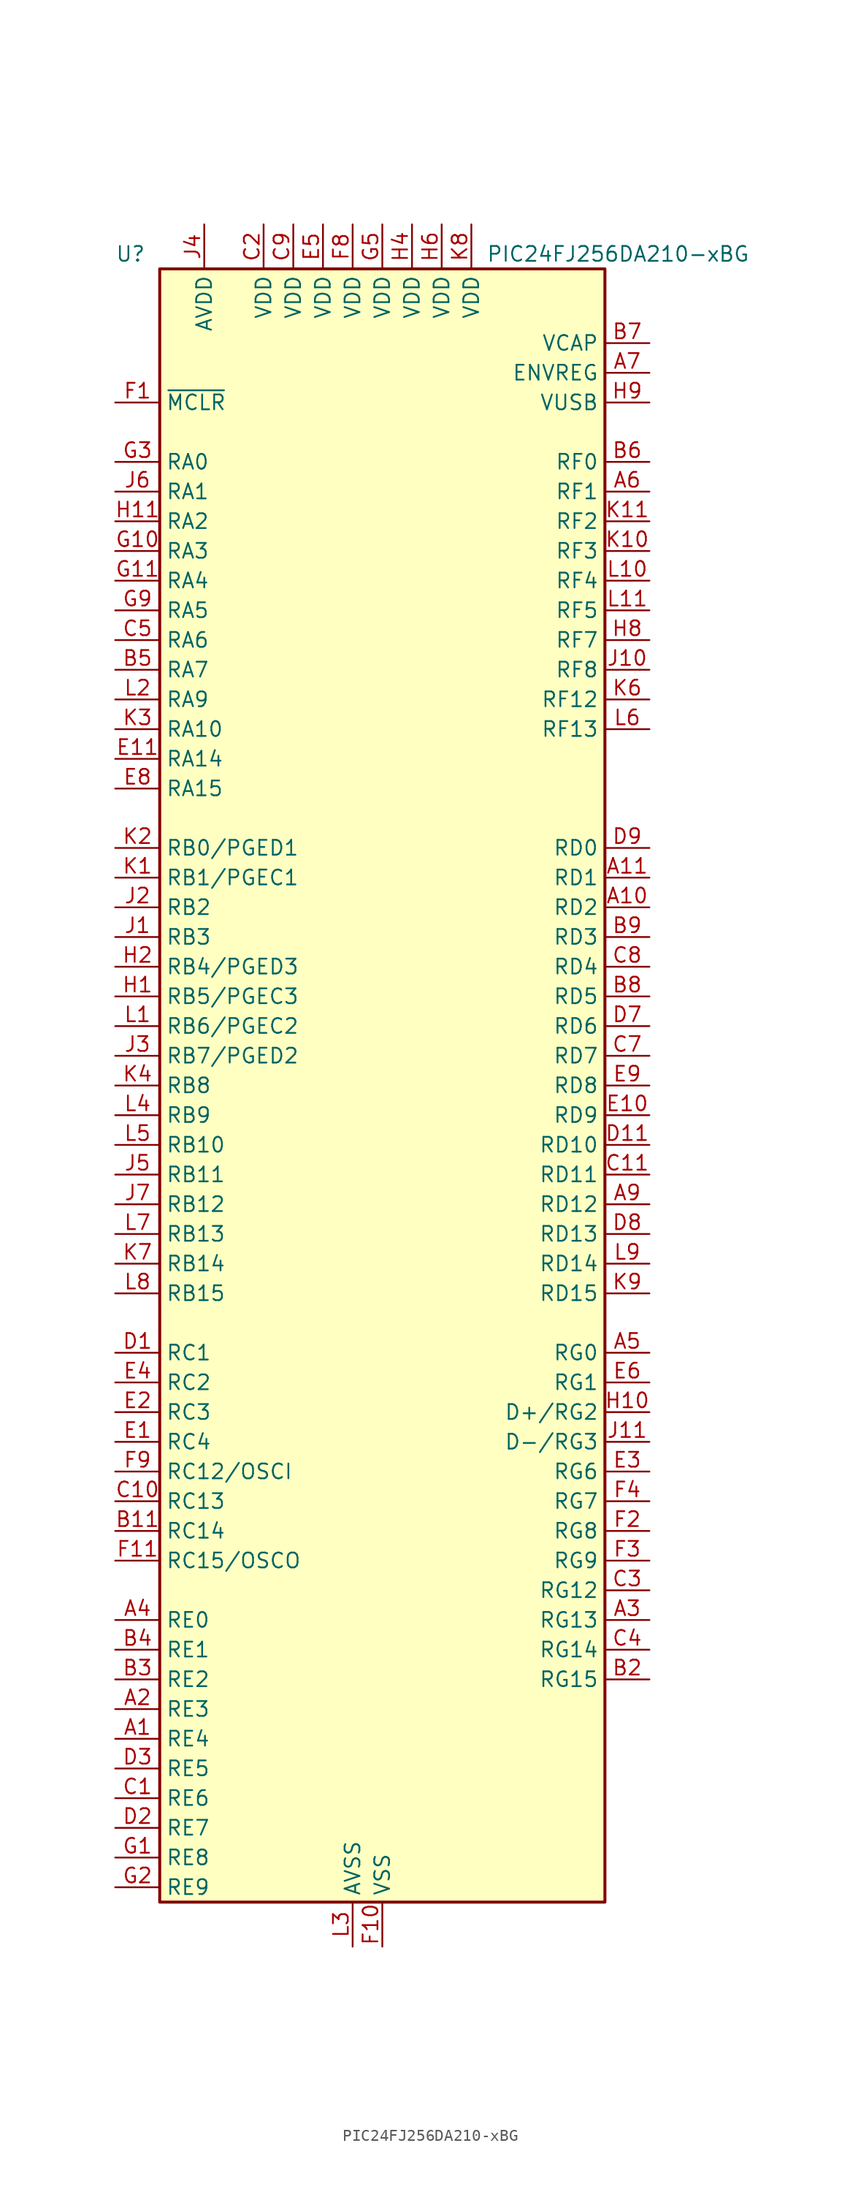
<source format=kicad_sym>
(kicad_symbol_lib
  (version 20211014)
  (generator kicad_symbol_editor)
  (symbol "PIC24FJ256DA210-xBG"
    (property "Reference" "U"
      (at -22.86 71.12 0)
      (effects (font (size 1.27 1.27)) (justify left)))
    (property "Value" "PIC24FJ256DA210-xBG"
      (at 8.89 71.12 0)
      (effects (font (size 1.27 1.27)) (justify left)))
    (symbol "PIC24FJ256DA210-xBG_1_1"
      (rectangle (start -19.05 69.85) (end 19.05 -69.85) (stroke (width 0.254) (type default) (color 0 0 0 0)) (fill (type background)))
      (pin bidirectional line (at -22.86 -55.88 0) (length 3.81) (name "RE4" (effects (font (size 1.27 1.27)))) (number "A1" (effects (font (size 1.27 1.27)))))
      (pin bidirectional line (at 22.86 15.24 180) (length 3.81) (name "RD2" (effects (font (size 1.27 1.27)))) (number "A10" (effects (font (size 1.27 1.27)))))
      (pin bidirectional line (at 22.86 17.78 180) (length 3.81) (name "RD1" (effects (font (size 1.27 1.27)))) (number "A11" (effects (font (size 1.27 1.27)))))
      (pin bidirectional line (at -22.86 -53.34 0) (length 3.81) (name "RE3" (effects (font (size 1.27 1.27)))) (number "A2" (effects (font (size 1.27 1.27)))))
      (pin bidirectional line (at 22.86 -45.72 180) (length 3.81) (name "RG13" (effects (font (size 1.27 1.27)))) (number "A3" (effects (font (size 1.27 1.27)))))
      (pin bidirectional line (at -22.86 -45.72 0) (length 3.81) (name "RE0" (effects (font (size 1.27 1.27)))) (number "A4" (effects (font (size 1.27 1.27)))))
      (pin bidirectional line (at 22.86 -22.86 180) (length 3.81) (name "RG0" (effects (font (size 1.27 1.27)))) (number "A5" (effects (font (size 1.27 1.27)))))
      (pin bidirectional line (at 22.86 50.8 180) (length 3.81) (name "RF1" (effects (font (size 1.27 1.27)))) (number "A6" (effects (font (size 1.27 1.27)))))
      (pin input line (at 22.86 60.96 180) (length 3.81) (name "ENVREG" (effects (font (size 1.27 1.27)))) (number "A7" (effects (font (size 1.27 1.27)))))
      (pin no_connect line (at 2.54 -25.4 180) (length 3.81) hide (name "N/C" (effects (font (size 1.27 1.27)))) (number "A8" (effects (font (size 1.27 1.27)))))
      (pin bidirectional line (at 22.86 -10.16 180) (length 3.81) (name "RD12" (effects (font (size 1.27 1.27)))) (number "A9" (effects (font (size 1.27 1.27)))))
      (pin no_connect line (at 2.54 -27.94 180) (length 3.81) hide (name "N/C" (effects (font (size 1.27 1.27)))) (number "B1" (effects (font (size 1.27 1.27)))))
      (pin passive line (at 0 -73.66 90) (length 3.81) hide (name "VSS" (effects (font (size 1.27 1.27)))) (number "B10" (effects (font (size 1.27 1.27)))))
      (pin bidirectional line (at -22.86 -38.1 0) (length 3.81) (name "RC14" (effects (font (size 1.27 1.27)))) (number "B11" (effects (font (size 1.27 1.27)))))
      (pin bidirectional line (at 22.86 -50.8 180) (length 3.81) (name "RG15" (effects (font (size 1.27 1.27)))) (number "B2" (effects (font (size 1.27 1.27)))))
      (pin bidirectional line (at -22.86 -50.8 0) (length 3.81) (name "RE2" (effects (font (size 1.27 1.27)))) (number "B3" (effects (font (size 1.27 1.27)))))
      (pin bidirectional line (at -22.86 -48.26 0) (length 3.81) (name "RE1" (effects (font (size 1.27 1.27)))) (number "B4" (effects (font (size 1.27 1.27)))))
      (pin bidirectional line (at -22.86 35.56 0) (length 3.81) (name "RA7" (effects (font (size 1.27 1.27)))) (number "B5" (effects (font (size 1.27 1.27)))))
      (pin bidirectional line (at 22.86 53.34 180) (length 3.81) (name "RF0" (effects (font (size 1.27 1.27)))) (number "B6" (effects (font (size 1.27 1.27)))))
      (pin passive line (at 22.86 63.5 180) (length 3.81) (name "VCAP" (effects (font (size 1.27 1.27)))) (number "B7" (effects (font (size 1.27 1.27)))))
      (pin bidirectional line (at 22.86 7.62 180) (length 3.81) (name "RD5" (effects (font (size 1.27 1.27)))) (number "B8" (effects (font (size 1.27 1.27)))))
      (pin bidirectional line (at 22.86 12.7 180) (length 3.81) (name "RD3" (effects (font (size 1.27 1.27)))) (number "B9" (effects (font (size 1.27 1.27)))))
      (pin bidirectional line (at -22.86 -60.96 0) (length 3.81) (name "RE6" (effects (font (size 1.27 1.27)))) (number "C1" (effects (font (size 1.27 1.27)))))
      (pin bidirectional line (at -22.86 -35.56 0) (length 3.81) (name "RC13" (effects (font (size 1.27 1.27)))) (number "C10" (effects (font (size 1.27 1.27)))))
      (pin bidirectional line (at 22.86 -7.62 180) (length 3.81) (name "RD11" (effects (font (size 1.27 1.27)))) (number "C11" (effects (font (size 1.27 1.27)))))
      (pin power_in line (at -10.16 73.66 270) (length 3.81) (name "VDD" (effects (font (size 1.27 1.27)))) (number "C2" (effects (font (size 1.27 1.27)))))
      (pin bidirectional line (at 22.86 -43.18 180) (length 3.81) (name "RG12" (effects (font (size 1.27 1.27)))) (number "C3" (effects (font (size 1.27 1.27)))))
      (pin bidirectional line (at 22.86 -48.26 180) (length 3.81) (name "RG14" (effects (font (size 1.27 1.27)))) (number "C4" (effects (font (size 1.27 1.27)))))
      (pin bidirectional line (at -22.86 38.1 0) (length 3.81) (name "RA6" (effects (font (size 1.27 1.27)))) (number "C5" (effects (font (size 1.27 1.27)))))
      (pin no_connect line (at 2.54 -30.48 180) (length 3.81) hide (name "N/C" (effects (font (size 1.27 1.27)))) (number "C6" (effects (font (size 1.27 1.27)))))
      (pin bidirectional line (at 22.86 2.54 180) (length 3.81) (name "RD7" (effects (font (size 1.27 1.27)))) (number "C7" (effects (font (size 1.27 1.27)))))
      (pin bidirectional line (at 22.86 10.16 180) (length 3.81) (name "RD4" (effects (font (size 1.27 1.27)))) (number "C8" (effects (font (size 1.27 1.27)))))
      (pin power_in line (at -7.62 73.66 270) (length 3.81) (name "VDD" (effects (font (size 1.27 1.27)))) (number "C9" (effects (font (size 1.27 1.27)))))
      (pin bidirectional line (at -22.86 -22.86 0) (length 3.81) (name "RC1" (effects (font (size 1.27 1.27)))) (number "D1" (effects (font (size 1.27 1.27)))))
      (pin no_connect line (at 2.54 -35.56 180) (length 3.81) hide (name "N/C" (effects (font (size 1.27 1.27)))) (number "D10" (effects (font (size 1.27 1.27)))))
      (pin bidirectional line (at 22.86 -5.08 180) (length 3.81) (name "RD10" (effects (font (size 1.27 1.27)))) (number "D11" (effects (font (size 1.27 1.27)))))
      (pin bidirectional line (at -22.86 -63.5 0) (length 3.81) (name "RE7" (effects (font (size 1.27 1.27)))) (number "D2" (effects (font (size 1.27 1.27)))))
      (pin bidirectional line (at -22.86 -58.42 0) (length 3.81) (name "RE5" (effects (font (size 1.27 1.27)))) (number "D3" (effects (font (size 1.27 1.27)))))
      (pin passive line (at 0 -73.66 90) (length 3.81) hide (name "VSS" (effects (font (size 1.27 1.27)))) (number "D4" (effects (font (size 1.27 1.27)))))
      (pin passive line (at 0 -73.66 90) (length 3.81) hide (name "VSS" (effects (font (size 1.27 1.27)))) (number "D5" (effects (font (size 1.27 1.27)))))
      (pin no_connect line (at 2.54 -33.02 180) (length 3.81) hide (name "N/C" (effects (font (size 1.27 1.27)))) (number "D6" (effects (font (size 1.27 1.27)))))
      (pin bidirectional line (at 22.86 5.08 180) (length 3.81) (name "RD6" (effects (font (size 1.27 1.27)))) (number "D7" (effects (font (size 1.27 1.27)))))
      (pin bidirectional line (at 22.86 -12.7 180) (length 3.81) (name "RD13" (effects (font (size 1.27 1.27)))) (number "D8" (effects (font (size 1.27 1.27)))))
      (pin bidirectional line (at 22.86 20.32 180) (length 3.81) (name "RD0" (effects (font (size 1.27 1.27)))) (number "D9" (effects (font (size 1.27 1.27)))))
      (pin bidirectional line (at -22.86 -30.48 0) (length 3.81) (name "RC4" (effects (font (size 1.27 1.27)))) (number "E1" (effects (font (size 1.27 1.27)))))
      (pin bidirectional line (at 22.86 -2.54 180) (length 3.81) (name "RD9" (effects (font (size 1.27 1.27)))) (number "E10" (effects (font (size 1.27 1.27)))))
      (pin bidirectional line (at -22.86 27.94 0) (length 3.81) (name "RA14" (effects (font (size 1.27 1.27)))) (number "E11" (effects (font (size 1.27 1.27)))))
      (pin bidirectional line (at -22.86 -27.94 0) (length 3.81) (name "RC3" (effects (font (size 1.27 1.27)))) (number "E2" (effects (font (size 1.27 1.27)))))
      (pin bidirectional line (at 22.86 -33.02 180) (length 3.81) (name "RG6" (effects (font (size 1.27 1.27)))) (number "E3" (effects (font (size 1.27 1.27)))))
      (pin bidirectional line (at -22.86 -25.4 0) (length 3.81) (name "RC2" (effects (font (size 1.27 1.27)))) (number "E4" (effects (font (size 1.27 1.27)))))
      (pin power_in line (at -5.08 73.66 270) (length 3.81) (name "VDD" (effects (font (size 1.27 1.27)))) (number "E5" (effects (font (size 1.27 1.27)))))
      (pin bidirectional line (at 22.86 -25.4 180) (length 3.81) (name "RG1" (effects (font (size 1.27 1.27)))) (number "E6" (effects (font (size 1.27 1.27)))))
      (pin no_connect line (at 2.54 -38.1 180) (length 3.81) hide (name "N/C" (effects (font (size 1.27 1.27)))) (number "E7" (effects (font (size 1.27 1.27)))))
      (pin bidirectional line (at -22.86 25.4 0) (length 3.81) (name "RA15" (effects (font (size 1.27 1.27)))) (number "E8" (effects (font (size 1.27 1.27)))))
      (pin bidirectional line (at 22.86 0 180) (length 3.81) (name "RD8" (effects (font (size 1.27 1.27)))) (number "E9" (effects (font (size 1.27 1.27)))))
      (pin input line (at -22.86 58.42 0) (length 3.81) (name "~{MCLR}" (effects (font (size 1.27 1.27)))) (number "F1" (effects (font (size 1.27 1.27)))))
      (pin power_in line (at 0 -73.66 90) (length 3.81) (name "VSS" (effects (font (size 1.27 1.27)))) (number "F10" (effects (font (size 1.27 1.27)))))
      (pin bidirectional line (at -22.86 -40.64 0) (length 3.81) (name "RC15/OSCO" (effects (font (size 1.27 1.27)))) (number "F11" (effects (font (size 1.27 1.27)))))
      (pin bidirectional line (at 22.86 -38.1 180) (length 3.81) (name "RG8" (effects (font (size 1.27 1.27)))) (number "F2" (effects (font (size 1.27 1.27)))))
      (pin bidirectional line (at 22.86 -40.64 180) (length 3.81) (name "RG9" (effects (font (size 1.27 1.27)))) (number "F3" (effects (font (size 1.27 1.27)))))
      (pin bidirectional line (at 22.86 -35.56 180) (length 3.81) (name "RG7" (effects (font (size 1.27 1.27)))) (number "F4" (effects (font (size 1.27 1.27)))))
      (pin passive line (at 0 -73.66 90) (length 3.81) hide (name "VSS" (effects (font (size 1.27 1.27)))) (number "F5" (effects (font (size 1.27 1.27)))))
      (pin no_connect line (at 2.54 -40.64 180) (length 3.81) hide (name "N/C" (effects (font (size 1.27 1.27)))) (number "F6" (effects (font (size 1.27 1.27)))))
      (pin no_connect line (at 2.54 -43.18 180) (length 3.81) hide (name "N/C" (effects (font (size 1.27 1.27)))) (number "F7" (effects (font (size 1.27 1.27)))))
      (pin power_in line (at -2.54 73.66 270) (length 3.81) (name "VDD" (effects (font (size 1.27 1.27)))) (number "F8" (effects (font (size 1.27 1.27)))))
      (pin bidirectional line (at -22.86 -33.02 0) (length 3.81) (name "RC12/OSCI" (effects (font (size 1.27 1.27)))) (number "F9" (effects (font (size 1.27 1.27)))))
      (pin bidirectional line (at -22.86 -66.04 0) (length 3.81) (name "RE8" (effects (font (size 1.27 1.27)))) (number "G1" (effects (font (size 1.27 1.27)))))
      (pin bidirectional line (at -22.86 45.72 0) (length 3.81) (name "RA3" (effects (font (size 1.27 1.27)))) (number "G10" (effects (font (size 1.27 1.27)))))
      (pin bidirectional line (at -22.86 43.18 0) (length 3.81) (name "RA4" (effects (font (size 1.27 1.27)))) (number "G11" (effects (font (size 1.27 1.27)))))
      (pin bidirectional line (at -22.86 -68.58 0) (length 3.81) (name "RE9" (effects (font (size 1.27 1.27)))) (number "G2" (effects (font (size 1.27 1.27)))))
      (pin bidirectional line (at -22.86 53.34 0) (length 3.81) (name "RA0" (effects (font (size 1.27 1.27)))) (number "G3" (effects (font (size 1.27 1.27)))))
      (pin no_connect line (at 2.54 -45.72 180) (length 3.81) hide (name "N/C" (effects (font (size 1.27 1.27)))) (number "G4" (effects (font (size 1.27 1.27)))))
      (pin power_in line (at 0 73.66 270) (length 3.81) (name "VDD" (effects (font (size 1.27 1.27)))) (number "G5" (effects (font (size 1.27 1.27)))))
      (pin passive line (at 0 -73.66 90) (length 3.81) hide (name "VSS" (effects (font (size 1.27 1.27)))) (number "G6" (effects (font (size 1.27 1.27)))))
      (pin passive line (at 0 -73.66 90) (length 3.81) hide (name "VSS" (effects (font (size 1.27 1.27)))) (number "G7" (effects (font (size 1.27 1.27)))))
      (pin no_connect line (at 2.54 -48.26 180) (length 3.81) hide (name "N/C" (effects (font (size 1.27 1.27)))) (number "G8" (effects (font (size 1.27 1.27)))))
      (pin bidirectional line (at -22.86 40.64 0) (length 3.81) (name "RA5" (effects (font (size 1.27 1.27)))) (number "G9" (effects (font (size 1.27 1.27)))))
      (pin bidirectional line (at -22.86 7.62 0) (length 3.81) (name "RB5/PGEC3" (effects (font (size 1.27 1.27)))) (number "H1" (effects (font (size 1.27 1.27)))))
      (pin bidirectional line (at 22.86 -27.94 180) (length 3.81) (name "D+/RG2" (effects (font (size 1.27 1.27)))) (number "H10" (effects (font (size 1.27 1.27)))))
      (pin bidirectional line (at -22.86 48.26 0) (length 3.81) (name "RA2" (effects (font (size 1.27 1.27)))) (number "H11" (effects (font (size 1.27 1.27)))))
      (pin bidirectional line (at -22.86 10.16 0) (length 3.81) (name "RB4/PGED3" (effects (font (size 1.27 1.27)))) (number "H2" (effects (font (size 1.27 1.27)))))
      (pin passive line (at 0 -73.66 90) (length 3.81) hide (name "VSS" (effects (font (size 1.27 1.27)))) (number "H3" (effects (font (size 1.27 1.27)))))
      (pin power_in line (at 2.54 73.66 270) (length 3.81) (name "VDD" (effects (font (size 1.27 1.27)))) (number "H4" (effects (font (size 1.27 1.27)))))
      (pin no_connect line (at 2.54 -50.8 180) (length 3.81) hide (name "N/C" (effects (font (size 1.27 1.27)))) (number "H5" (effects (font (size 1.27 1.27)))))
      (pin power_in line (at 5.08 73.66 270) (length 3.81) (name "VDD" (effects (font (size 1.27 1.27)))) (number "H6" (effects (font (size 1.27 1.27)))))
      (pin no_connect line (at 2.54 -53.34 180) (length 3.81) hide (name "N/C" (effects (font (size 1.27 1.27)))) (number "H7" (effects (font (size 1.27 1.27)))))
      (pin bidirectional line (at 22.86 38.1 180) (length 3.81) (name "RF7" (effects (font (size 1.27 1.27)))) (number "H8" (effects (font (size 1.27 1.27)))))
      (pin bidirectional line (at 22.86 58.42 180) (length 3.81) (name "VUSB" (effects (font (size 1.27 1.27)))) (number "H9" (effects (font (size 1.27 1.27)))))
      (pin bidirectional line (at -22.86 12.7 0) (length 3.81) (name "RB3" (effects (font (size 1.27 1.27)))) (number "J1" (effects (font (size 1.27 1.27)))))
      (pin bidirectional line (at 22.86 35.56 180) (length 3.81) (name "RF8" (effects (font (size 1.27 1.27)))) (number "J10" (effects (font (size 1.27 1.27)))))
      (pin bidirectional line (at 22.86 -30.48 180) (length 3.81) (name "D-/RG3" (effects (font (size 1.27 1.27)))) (number "J11" (effects (font (size 1.27 1.27)))))
      (pin bidirectional line (at -22.86 15.24 0) (length 3.81) (name "RB2" (effects (font (size 1.27 1.27)))) (number "J2" (effects (font (size 1.27 1.27)))))
      (pin bidirectional line (at -22.86 2.54 0) (length 3.81) (name "RB7/PGED2" (effects (font (size 1.27 1.27)))) (number "J3" (effects (font (size 1.27 1.27)))))
      (pin power_in line (at -15.24 73.66 270) (length 3.81) (name "AVDD" (effects (font (size 1.27 1.27)))) (number "J4" (effects (font (size 1.27 1.27)))))
      (pin bidirectional line (at -22.86 -7.62 0) (length 3.81) (name "RB11" (effects (font (size 1.27 1.27)))) (number "J5" (effects (font (size 1.27 1.27)))))
      (pin bidirectional line (at -22.86 50.8 0) (length 3.81) (name "RA1" (effects (font (size 1.27 1.27)))) (number "J6" (effects (font (size 1.27 1.27)))))
      (pin bidirectional line (at -22.86 -10.16 0) (length 3.81) (name "RB12" (effects (font (size 1.27 1.27)))) (number "J7" (effects (font (size 1.27 1.27)))))
      (pin no_connect line (at 2.54 -55.88 180) (length 3.81) hide (name "N/C" (effects (font (size 1.27 1.27)))) (number "J8" (effects (font (size 1.27 1.27)))))
      (pin no_connect line (at 2.54 -58.42 180) (length 3.81) hide (name "N/C" (effects (font (size 1.27 1.27)))) (number "J9" (effects (font (size 1.27 1.27)))))
      (pin bidirectional line (at -22.86 17.78 0) (length 3.81) (name "RB1/PGEC1" (effects (font (size 1.27 1.27)))) (number "K1" (effects (font (size 1.27 1.27)))))
      (pin bidirectional line (at 22.86 45.72 180) (length 3.81) (name "RF3" (effects (font (size 1.27 1.27)))) (number "K10" (effects (font (size 1.27 1.27)))))
      (pin bidirectional line (at 22.86 48.26 180) (length 3.81) (name "RF2" (effects (font (size 1.27 1.27)))) (number "K11" (effects (font (size 1.27 1.27)))))
      (pin bidirectional line (at -22.86 20.32 0) (length 3.81) (name "RB0/PGED1" (effects (font (size 1.27 1.27)))) (number "K2" (effects (font (size 1.27 1.27)))))
      (pin bidirectional line (at -22.86 30.48 0) (length 3.81) (name "RA10" (effects (font (size 1.27 1.27)))) (number "K3" (effects (font (size 1.27 1.27)))))
      (pin bidirectional line (at -22.86 0 0) (length 3.81) (name "RB8" (effects (font (size 1.27 1.27)))) (number "K4" (effects (font (size 1.27 1.27)))))
      (pin no_connect line (at 2.54 -60.96 180) (length 3.81) hide (name "N/C" (effects (font (size 1.27 1.27)))) (number "K5" (effects (font (size 1.27 1.27)))))
      (pin bidirectional line (at 22.86 33.02 180) (length 3.81) (name "RF12" (effects (font (size 1.27 1.27)))) (number "K6" (effects (font (size 1.27 1.27)))))
      (pin bidirectional line (at -22.86 -15.24 0) (length 3.81) (name "RB14" (effects (font (size 1.27 1.27)))) (number "K7" (effects (font (size 1.27 1.27)))))
      (pin power_in line (at 7.62 73.66 270) (length 3.81) (name "VDD" (effects (font (size 1.27 1.27)))) (number "K8" (effects (font (size 1.27 1.27)))))
      (pin bidirectional line (at 22.86 -17.78 180) (length 3.81) (name "RD15" (effects (font (size 1.27 1.27)))) (number "K9" (effects (font (size 1.27 1.27)))))
      (pin bidirectional line (at -22.86 5.08 0) (length 3.81) (name "RB6/PGEC2" (effects (font (size 1.27 1.27)))) (number "L1" (effects (font (size 1.27 1.27)))))
      (pin bidirectional line (at 22.86 43.18 180) (length 3.81) (name "RF4" (effects (font (size 1.27 1.27)))) (number "L10" (effects (font (size 1.27 1.27)))))
      (pin bidirectional line (at 22.86 40.64 180) (length 3.81) (name "RF5" (effects (font (size 1.27 1.27)))) (number "L11" (effects (font (size 1.27 1.27)))))
      (pin bidirectional line (at -22.86 33.02 0) (length 3.81) (name "RA9" (effects (font (size 1.27 1.27)))) (number "L2" (effects (font (size 1.27 1.27)))))
      (pin power_in line (at -2.54 -73.66 90) (length 3.81) (name "AVSS" (effects (font (size 1.27 1.27)))) (number "L3" (effects (font (size 1.27 1.27)))))
      (pin bidirectional line (at -22.86 -2.54 0) (length 3.81) (name "RB9" (effects (font (size 1.27 1.27)))) (number "L4" (effects (font (size 1.27 1.27)))))
      (pin bidirectional line (at -22.86 -5.08 0) (length 3.81) (name "RB10" (effects (font (size 1.27 1.27)))) (number "L5" (effects (font (size 1.27 1.27)))))
      (pin bidirectional line (at 22.86 30.48 180) (length 3.81) (name "RF13" (effects (font (size 1.27 1.27)))) (number "L6" (effects (font (size 1.27 1.27)))))
      (pin bidirectional line (at -22.86 -12.7 0) (length 3.81) (name "RB13" (effects (font (size 1.27 1.27)))) (number "L7" (effects (font (size 1.27 1.27)))))
      (pin bidirectional line (at -22.86 -17.78 0) (length 3.81) (name "RB15" (effects (font (size 1.27 1.27)))) (number "L8" (effects (font (size 1.27 1.27)))))
      (pin bidirectional line (at 22.86 -15.24 180) (length 3.81) (name "RD14" (effects (font (size 1.27 1.27)))) (number "L9" (effects (font (size 1.27 1.27))))))))
</source>
